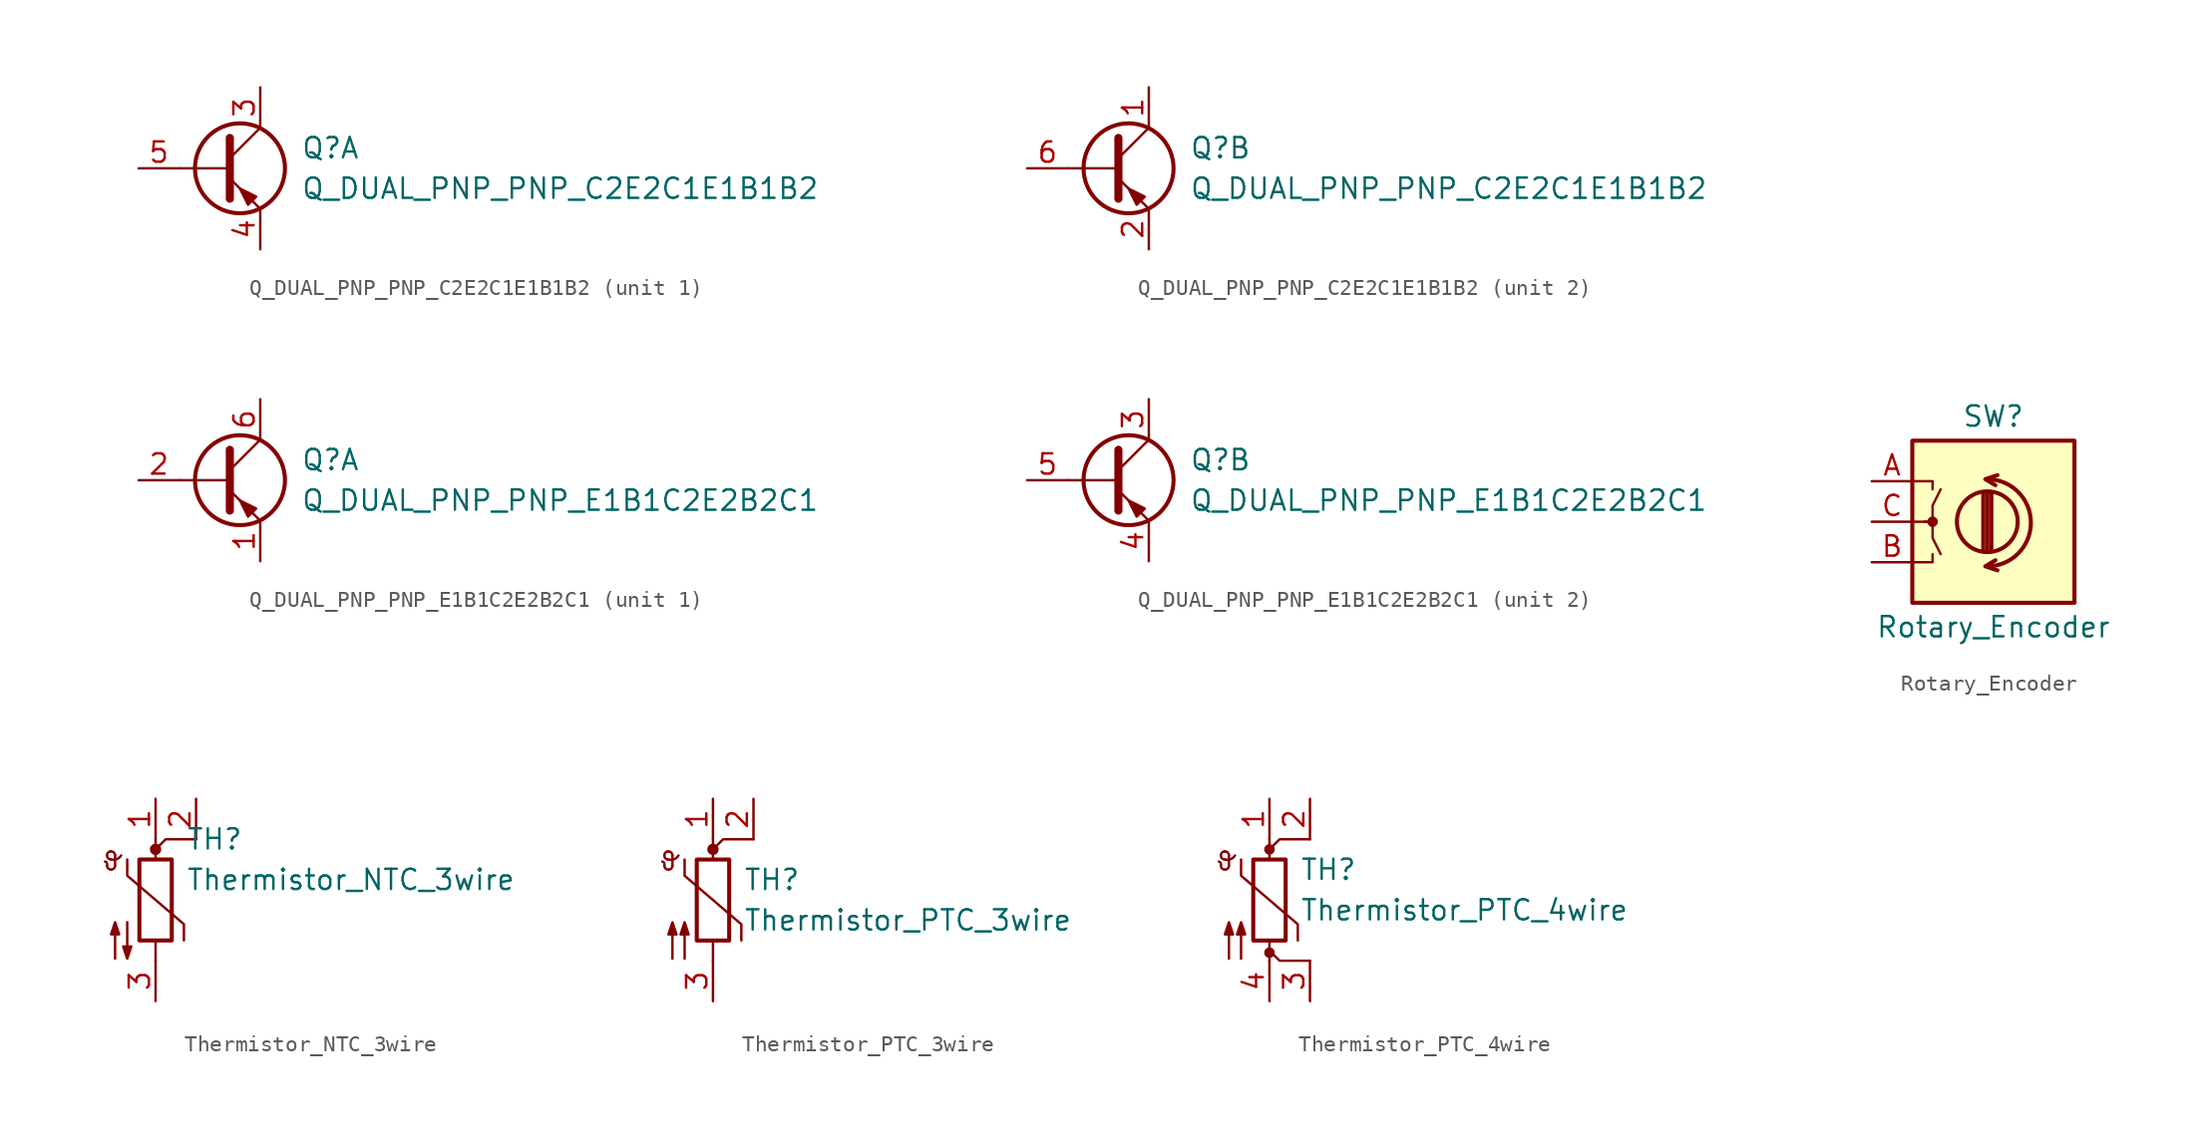
<source format=kicad_sym>
(kicad_symbol_lib
  (version 20211014)
  (generator kicad_symbol_editor)
  (symbol "Q_DUAL_PNP_PNP_C2E2C1E1B1B2"
    (pin_names
      (offset 0) hide)
    (property "Reference" "Q"
      (at 5.08 1.27 0)
      (effects (font (size 1.27 1.27)) (justify left)))
    (property "Value" "Q_DUAL_PNP_PNP_C2E2C1E1B1B2"
      (at 5.08 -1.27 0)
      (effects (font (size 1.27 1.27)) (justify left)))
    (property "ki_locked" ""
      (at 0 0 0)
      (effects (font (size 1.27 1.27))))
    (symbol "Q_DUAL_PNP_PNP_C2E2C1E1B1B2_0_1"
      (polyline (pts (xy 0.635 0) (xy -2.54 0)) (stroke (width 0) (type default) (color 0 0 0 0)) (fill (type none)))
      (polyline (pts (xy 0.635 0.635) (xy 2.54 2.54)) (stroke (width 0) (type default) (color 0 0 0 0)) (fill (type none)))
      (polyline (pts (xy 0.635 -0.635) (xy 2.54 -2.54) (xy 2.54 -2.54)) (stroke (width 0) (type default) (color 0 0 0 0)) (fill (type none)))
      (polyline (pts (xy 0.635 1.905) (xy 0.635 -1.905) (xy 0.635 -1.905)) (stroke (width 0.508) (type default) (color 0 0 0 0)) (fill (type none)))
      (polyline (pts (xy 2.286 -1.778) (xy 1.778 -2.286) (xy 1.27 -1.27) (xy 2.286 -1.778) (xy 2.286 -1.778)) (stroke (width 0) (type default) (color 0 0 0 0)) (fill (type outline)))
      (circle (center 1.27 0) (radius 2.819) (stroke (width 0.254) (type default) (color 0 0 0 0)) (fill (type none))))
    (symbol "Q_DUAL_PNP_PNP_C2E2C1E1B1B2_1_1"
      (pin passive line (at 2.54 5.08 270) (length 2.54) (name "C1" (effects (font (size 1.27 1.27)))) (number "3" (effects (font (size 1.27 1.27)))))
      (pin passive line (at 2.54 -5.08 90) (length 2.54) (name "E1" (effects (font (size 1.27 1.27)))) (number "4" (effects (font (size 1.27 1.27)))))
      (pin input line (at -5.08 0 0) (length 2.54) (name "B1" (effects (font (size 1.27 1.27)))) (number "5" (effects (font (size 1.27 1.27))))))
    (symbol "Q_DUAL_PNP_PNP_C2E2C1E1B1B2_2_1"
      (pin passive line (at 2.54 5.08 270) (length 2.54) (name "C2" (effects (font (size 1.27 1.27)))) (number "1" (effects (font (size 1.27 1.27)))))
      (pin passive line (at 2.54 -5.08 90) (length 2.54) (name "E2" (effects (font (size 1.27 1.27)))) (number "2" (effects (font (size 1.27 1.27)))))
      (pin input line (at -5.08 0 0) (length 2.54) (name "B2" (effects (font (size 1.27 1.27)))) (number "6" (effects (font (size 1.27 1.27)))))))
  (symbol "Q_DUAL_PNP_PNP_E1B1C2E2B2C1"
    (pin_names
      (offset 0) hide)
    (property "Reference" "Q"
      (at 5.08 1.27 0)
      (effects (font (size 1.27 1.27)) (justify left)))
    (property "Value" "Q_DUAL_PNP_PNP_E1B1C2E2B2C1"
      (at 5.08 -1.27 0)
      (effects (font (size 1.27 1.27)) (justify left)))
    (property "ki_locked" ""
      (at 0 0 0)
      (effects (font (size 1.27 1.27))))
    (symbol "Q_DUAL_PNP_PNP_E1B1C2E2B2C1_0_1"
      (polyline (pts (xy 0.635 0) (xy -2.54 0)) (stroke (width 0) (type default) (color 0 0 0 0)) (fill (type none)))
      (polyline (pts (xy 0.635 0.635) (xy 2.54 2.54)) (stroke (width 0) (type default) (color 0 0 0 0)) (fill (type none)))
      (polyline (pts (xy 0.635 -0.635) (xy 2.54 -2.54) (xy 2.54 -2.54)) (stroke (width 0) (type default) (color 0 0 0 0)) (fill (type none)))
      (polyline (pts (xy 0.635 1.905) (xy 0.635 -1.905) (xy 0.635 -1.905)) (stroke (width 0.508) (type default) (color 0 0 0 0)) (fill (type none)))
      (polyline (pts (xy 2.286 -1.778) (xy 1.778 -2.286) (xy 1.27 -1.27) (xy 2.286 -1.778) (xy 2.286 -1.778)) (stroke (width 0) (type default) (color 0 0 0 0)) (fill (type outline)))
      (circle (center 1.27 0) (radius 2.819) (stroke (width 0.254) (type default) (color 0 0 0 0)) (fill (type none))))
    (symbol "Q_DUAL_PNP_PNP_E1B1C2E2B2C1_1_1"
      (pin passive line (at 2.54 -5.08 90) (length 2.54) (name "E1" (effects (font (size 1.27 1.27)))) (number "1" (effects (font (size 1.27 1.27)))))
      (pin input line (at -5.08 0 0) (length 2.54) (name "B1" (effects (font (size 1.27 1.27)))) (number "2" (effects (font (size 1.27 1.27)))))
      (pin passive line (at 2.54 5.08 270) (length 2.54) (name "C1" (effects (font (size 1.27 1.27)))) (number "6" (effects (font (size 1.27 1.27))))))
    (symbol "Q_DUAL_PNP_PNP_E1B1C2E2B2C1_2_1"
      (pin passive line (at 2.54 5.08 270) (length 2.54) (name "C2" (effects (font (size 1.27 1.27)))) (number "3" (effects (font (size 1.27 1.27)))))
      (pin passive line (at 2.54 -5.08 90) (length 2.54) (name "E2" (effects (font (size 1.27 1.27)))) (number "4" (effects (font (size 1.27 1.27)))))
      (pin input line (at -5.08 0 0) (length 2.54) (name "B2" (effects (font (size 1.27 1.27)))) (number "5" (effects (font (size 1.27 1.27)))))))
  (symbol "Rotary_Encoder"
    (pin_names
      (offset 0.254) hide)
    (property "Reference" "SW"
      (at 0 6.604 0)
      (effects (font (size 1.27 1.27))))
    (property "Value" "Rotary_Encoder"
      (at 0 -6.604 0)
      (effects (font (size 1.27 1.27))))
    (symbol "Rotary_Encoder_0_1"
      (rectangle (start -5.08 5.08) (end 5.08 -5.08) (stroke (width 0.254) (type default) (color 0 0 0 0)) (fill (type background)))
      (circle (center -3.81 0) (radius 0.254) (stroke (width 0) (type default) (color 0 0 0 0)) (fill (type outline)))
      (arc (start -0.381 -2.794) (mid 2.3622 -0.0508) (end -0.381 2.667) (stroke (width 0.254) (type default) (color 0 0 0 0)) (fill (type none)))
      (circle (center -0.381 0) (radius 1.905) (stroke (width 0.254) (type default) (color 0 0 0 0)) (fill (type none)))
      (polyline (pts (xy -0.635 -1.778) (xy -0.635 1.778)) (stroke (width 0.254) (type default) (color 0 0 0 0)) (fill (type none)))
      (polyline (pts (xy -0.381 -1.778) (xy -0.381 1.778)) (stroke (width 0.254) (type default) (color 0 0 0 0)) (fill (type none)))
      (polyline (pts (xy -0.127 1.778) (xy -0.127 -1.778)) (stroke (width 0.254) (type default) (color 0 0 0 0)) (fill (type none)))
      (polyline (pts (xy -5.08 -2.54) (xy -3.81 -2.54) (xy -3.81 -2.032)) (stroke (width 0) (type default) (color 0 0 0 0)) (fill (type none)))
      (polyline (pts (xy -5.08 2.54) (xy -3.81 2.54) (xy -3.81 2.032)) (stroke (width 0) (type default) (color 0 0 0 0)) (fill (type none)))
      (polyline (pts (xy 0.254 -3.048) (xy -0.508 -2.794) (xy 0.127 -2.413)) (stroke (width 0.254) (type default) (color 0 0 0 0)) (fill (type none)))
      (polyline (pts (xy 0.254 2.921) (xy -0.508 2.667) (xy 0.127 2.286)) (stroke (width 0.254) (type default) (color 0 0 0 0)) (fill (type none)))
      (polyline (pts (xy -5.08 0) (xy -3.81 0) (xy -3.81 -1.016) (xy -3.302 -2.032)) (stroke (width 0) (type default) (color 0 0 0 0)) (fill (type none)))
      (polyline (pts (xy -4.318 0) (xy -3.81 0) (xy -3.81 1.016) (xy -3.302 2.032)) (stroke (width 0) (type default) (color 0 0 0 0)) (fill (type none))))
    (symbol "Rotary_Encoder_1_1"
      (pin passive line (at -7.62 2.54 0) (length 2.54) (name "A" (effects (font (size 1.27 1.27)))) (number "A" (effects (font (size 1.27 1.27)))))
      (pin passive line (at -7.62 -2.54 0) (length 2.54) (name "B" (effects (font (size 1.27 1.27)))) (number "B" (effects (font (size 1.27 1.27)))))
      (pin passive line (at -7.62 0 0) (length 2.54) (name "C" (effects (font (size 1.27 1.27)))) (number "C" (effects (font (size 1.27 1.27)))))))
  (symbol "Thermistor_NTC_3wire"
    (pin_names
      (offset 0))
    (property "Reference" "TH"
      (at 1.905 3.81 0)
      (effects (font (size 1.27 1.27)) (justify left)))
    (property "Value" "Thermistor_NTC_3wire"
      (at 1.905 1.27 0)
      (effects (font (size 1.27 1.27)) (justify left)))
    (symbol "Thermistor_NTC_3wire_0_1"
      (arc (start -3.048 2.159) (mid -3.0495 2.3143) (end -3.175 2.413) (stroke (width 0) (type default) (color 0 0 0 0)) (fill (type none)))
      (arc (start -3.048 2.159) (mid -2.9736 1.9794) (end -2.794 1.905) (stroke (width 0) (type default) (color 0 0 0 0)) (fill (type none)))
      (arc (start -3.048 2.794) (mid -2.9736 2.6144) (end -2.794 2.54) (stroke (width 0) (type default) (color 0 0 0 0)) (fill (type none)))
      (arc (start -2.794 1.905) (mid -2.6144 1.9794) (end -2.54 2.159) (stroke (width 0) (type default) (color 0 0 0 0)) (fill (type none)))
      (arc (start -2.794 2.54) (mid -2.4393 2.5587) (end -2.159 2.794) (stroke (width 0) (type default) (color 0 0 0 0)) (fill (type none)))
      (arc (start -2.794 3.048) (mid -2.9736 2.9736) (end -3.048 2.794) (stroke (width 0) (type default) (color 0 0 0 0)) (fill (type none)))
      (arc (start -2.54 2.794) (mid -2.6144 2.9736) (end -2.794 3.048) (stroke (width 0) (type default) (color 0 0 0 0)) (fill (type none)))
      (rectangle (start -1.016 2.54) (end 1.016 -2.54) (stroke (width 0.254) (type default) (color 0 0 0 0)) (fill (type none)))
      (polyline (pts (xy -2.54 2.159) (xy -2.54 2.794)) (stroke (width 0) (type default) (color 0 0 0 0)) (fill (type none)))
      (polyline (pts (xy 0 -3.81) (xy 0 -2.54)) (stroke (width 0) (type default) (color 0 0 0 0)) (fill (type none)))
      (polyline (pts (xy 0 3.81) (xy 0 2.54)) (stroke (width 0) (type default) (color 0 0 0 0)) (fill (type none)))
      (polyline (pts (xy 2.54 3.81) (xy 0.635 3.81) (xy 0 3.175)) (stroke (width 0) (type default) (color 0 0 0 0)) (fill (type none)))
      (polyline (pts (xy -1.778 2.54) (xy -1.778 1.524) (xy 1.778 -1.524) (xy 1.778 -2.54)) (stroke (width 0) (type default) (color 0 0 0 0)) (fill (type none)))
      (polyline (pts (xy -2.54 -3.683) (xy -2.54 -1.397) (xy -2.794 -2.159) (xy -2.286 -2.159) (xy -2.54 -1.397) (xy -2.54 -1.651)) (stroke (width 0) (type default) (color 0 0 0 0)) (fill (type outline)))
      (polyline (pts (xy -1.778 -1.397) (xy -1.778 -3.683) (xy -2.032 -2.921) (xy -1.524 -2.921) (xy -1.778 -3.683) (xy -1.778 -3.429)) (stroke (width 0) (type default) (color 0 0 0 0)) (fill (type outline)))
      (circle (center 0 3.175) (radius 0.279) (stroke (width 0) (type default) (color 0 0 0 0)) (fill (type outline))))
    (symbol "Thermistor_NTC_3wire_1_1"
      (pin passive line (at 0 6.35 270) (length 2.54) (name "~" (effects (font (size 1.27 1.27)))) (number "1" (effects (font (size 1.27 1.27)))))
      (pin passive line (at 2.54 6.35 270) (length 2.54) (name "~" (effects (font (size 1.27 1.27)))) (number "2" (effects (font (size 1.27 1.27)))))
      (pin passive line (at 0 -6.35 90) (length 2.54) (name "~" (effects (font (size 1.27 1.27)))) (number "3" (effects (font (size 1.27 1.27)))))))
  (symbol "Thermistor_PTC_3wire"
    (pin_names
      (offset 0))
    (property "Reference" "TH"
      (at 1.905 1.27 0)
      (effects (font (size 1.27 1.27)) (justify left)))
    (property "Value" "Thermistor_PTC_3wire"
      (at 1.905 -1.27 0)
      (effects (font (size 1.27 1.27)) (justify left)))
    (symbol "Thermistor_PTC_3wire_0_1"
      (arc (start -3.048 2.159) (mid -3.0495 2.3143) (end -3.175 2.413) (stroke (width 0) (type default) (color 0 0 0 0)) (fill (type none)))
      (arc (start -3.048 2.159) (mid -2.9736 1.9794) (end -2.794 1.905) (stroke (width 0) (type default) (color 0 0 0 0)) (fill (type none)))
      (arc (start -3.048 2.794) (mid -2.9736 2.6144) (end -2.794 2.54) (stroke (width 0) (type default) (color 0 0 0 0)) (fill (type none)))
      (arc (start -2.794 1.905) (mid -2.6144 1.9794) (end -2.54 2.159) (stroke (width 0) (type default) (color 0 0 0 0)) (fill (type none)))
      (arc (start -2.794 2.54) (mid -2.4393 2.5587) (end -2.159 2.794) (stroke (width 0) (type default) (color 0 0 0 0)) (fill (type none)))
      (arc (start -2.794 3.048) (mid -2.9736 2.9736) (end -3.048 2.794) (stroke (width 0) (type default) (color 0 0 0 0)) (fill (type none)))
      (arc (start -2.54 2.794) (mid -2.6144 2.9736) (end -2.794 3.048) (stroke (width 0) (type default) (color 0 0 0 0)) (fill (type none)))
      (rectangle (start -1.016 2.54) (end 1.016 -2.54) (stroke (width 0.254) (type default) (color 0 0 0 0)) (fill (type none)))
      (polyline (pts (xy -2.54 2.159) (xy -2.54 2.794)) (stroke (width 0) (type default) (color 0 0 0 0)) (fill (type none)))
      (polyline (pts (xy 0 -3.81) (xy 0 -2.54)) (stroke (width 0) (type default) (color 0 0 0 0)) (fill (type none)))
      (polyline (pts (xy 0 3.81) (xy 0 2.54)) (stroke (width 0) (type default) (color 0 0 0 0)) (fill (type none)))
      (polyline (pts (xy 2.54 3.81) (xy 0.635 3.81) (xy 0 3.175)) (stroke (width 0) (type default) (color 0 0 0 0)) (fill (type none)))
      (polyline (pts (xy -1.778 2.54) (xy -1.778 1.524) (xy 1.778 -1.524) (xy 1.778 -2.54)) (stroke (width 0) (type default) (color 0 0 0 0)) (fill (type none)))
      (polyline (pts (xy -2.54 -3.683) (xy -2.54 -1.397) (xy -2.794 -2.159) (xy -2.286 -2.159) (xy -2.54 -1.397) (xy -2.54 -1.651)) (stroke (width 0) (type default) (color 0 0 0 0)) (fill (type outline)))
      (polyline (pts (xy -1.778 -3.683) (xy -1.778 -1.397) (xy -2.032 -2.159) (xy -1.524 -2.159) (xy -1.778 -1.397) (xy -1.778 -1.651)) (stroke (width 0) (type default) (color 0 0 0 0)) (fill (type outline)))
      (circle (center 0 3.175) (radius 0.279) (stroke (width 0) (type default) (color 0 0 0 0)) (fill (type outline))))
    (symbol "Thermistor_PTC_3wire_1_1"
      (pin passive line (at 0 6.35 270) (length 2.54) (name "~" (effects (font (size 1.27 1.27)))) (number "1" (effects (font (size 1.27 1.27)))))
      (pin passive line (at 2.54 6.35 270) (length 2.54) (name "~" (effects (font (size 1.27 1.27)))) (number "2" (effects (font (size 1.27 1.27)))))
      (pin passive line (at 0 -6.35 90) (length 2.54) (name "~" (effects (font (size 1.27 1.27)))) (number "3" (effects (font (size 1.27 1.27)))))))
  (symbol "Thermistor_PTC_4wire"
    (pin_names
      (offset 0))
    (property "Reference" "TH"
      (at 1.905 1.905 0)
      (effects (font (size 1.27 1.27)) (justify left)))
    (property "Value" "Thermistor_PTC_4wire"
      (at 1.905 -0.635 0)
      (effects (font (size 1.27 1.27)) (justify left)))
    (symbol "Thermistor_PTC_4wire_0_1"
      (arc (start -3.048 2.159) (mid -3.0495 2.3143) (end -3.175 2.413) (stroke (width 0) (type default) (color 0 0 0 0)) (fill (type none)))
      (arc (start -3.048 2.159) (mid -2.9736 1.9794) (end -2.794 1.905) (stroke (width 0) (type default) (color 0 0 0 0)) (fill (type none)))
      (arc (start -3.048 2.794) (mid -2.9736 2.6144) (end -2.794 2.54) (stroke (width 0) (type default) (color 0 0 0 0)) (fill (type none)))
      (arc (start -2.794 1.905) (mid -2.6144 1.9794) (end -2.54 2.159) (stroke (width 0) (type default) (color 0 0 0 0)) (fill (type none)))
      (arc (start -2.794 2.54) (mid -2.4393 2.5587) (end -2.159 2.794) (stroke (width 0) (type default) (color 0 0 0 0)) (fill (type none)))
      (arc (start -2.794 3.048) (mid -2.9736 2.9736) (end -3.048 2.794) (stroke (width 0) (type default) (color 0 0 0 0)) (fill (type none)))
      (arc (start -2.54 2.794) (mid -2.6144 2.9736) (end -2.794 3.048) (stroke (width 0) (type default) (color 0 0 0 0)) (fill (type none)))
      (rectangle (start -1.016 2.54) (end 1.016 -2.54) (stroke (width 0.254) (type default) (color 0 0 0 0)) (fill (type none)))
      (circle (center 0 -3.302) (radius 0.254) (stroke (width 0) (type default) (color 0 0 0 0)) (fill (type outline)))
      (polyline (pts (xy -2.54 2.159) (xy -2.54 2.794)) (stroke (width 0) (type default) (color 0 0 0 0)) (fill (type none)))
      (polyline (pts (xy 0 -3.81) (xy 0 -2.54)) (stroke (width 0) (type default) (color 0 0 0 0)) (fill (type none)))
      (polyline (pts (xy 0 3.175) (xy 0 3.175)) (stroke (width 0) (type default) (color 0 0 0 0)) (fill (type none)))
      (polyline (pts (xy 0 3.81) (xy 0 2.54)) (stroke (width 0) (type default) (color 0 0 0 0)) (fill (type none)))
      (polyline (pts (xy 2.54 -3.81) (xy 0.635 -3.81) (xy 0 -3.175)) (stroke (width 0) (type default) (color 0 0 0 0)) (fill (type none)))
      (polyline (pts (xy 2.54 3.81) (xy 0.635 3.81) (xy 0 3.175)) (stroke (width 0) (type default) (color 0 0 0 0)) (fill (type none)))
      (polyline (pts (xy -1.778 2.54) (xy -1.778 1.524) (xy 1.778 -1.524) (xy 1.778 -2.54)) (stroke (width 0) (type default) (color 0 0 0 0)) (fill (type none)))
      (polyline (pts (xy -2.54 -3.683) (xy -2.54 -1.397) (xy -2.794 -2.159) (xy -2.286 -2.159) (xy -2.54 -1.397) (xy -2.54 -1.651)) (stroke (width 0) (type default) (color 0 0 0 0)) (fill (type outline)))
      (polyline (pts (xy -1.778 -3.683) (xy -1.778 -1.397) (xy -2.032 -2.159) (xy -1.524 -2.159) (xy -1.778 -1.397) (xy -1.778 -1.651)) (stroke (width 0) (type default) (color 0 0 0 0)) (fill (type outline)))
      (circle (center 0 3.175) (radius 0.254) (stroke (width 0) (type default) (color 0 0 0 0)) (fill (type outline))))
    (symbol "Thermistor_PTC_4wire_1_1"
      (pin passive line (at 0 6.35 270) (length 2.54) (name "~" (effects (font (size 1.27 1.27)))) (number "1" (effects (font (size 1.27 1.27)))))
      (pin passive line (at 2.54 6.35 270) (length 2.54) (name "~" (effects (font (size 1.27 1.27)))) (number "2" (effects (font (size 1.27 1.27)))))
      (pin passive line (at 2.54 -6.35 90) (length 2.54) (name "~" (effects (font (size 1.27 1.27)))) (number "3" (effects (font (size 1.27 1.27)))))
      (pin passive line (at 0 -6.35 90) (length 2.54) (name "~" (effects (font (size 1.27 1.27)))) (number "4" (effects (font (size 1.27 1.27))))))))
</source>
